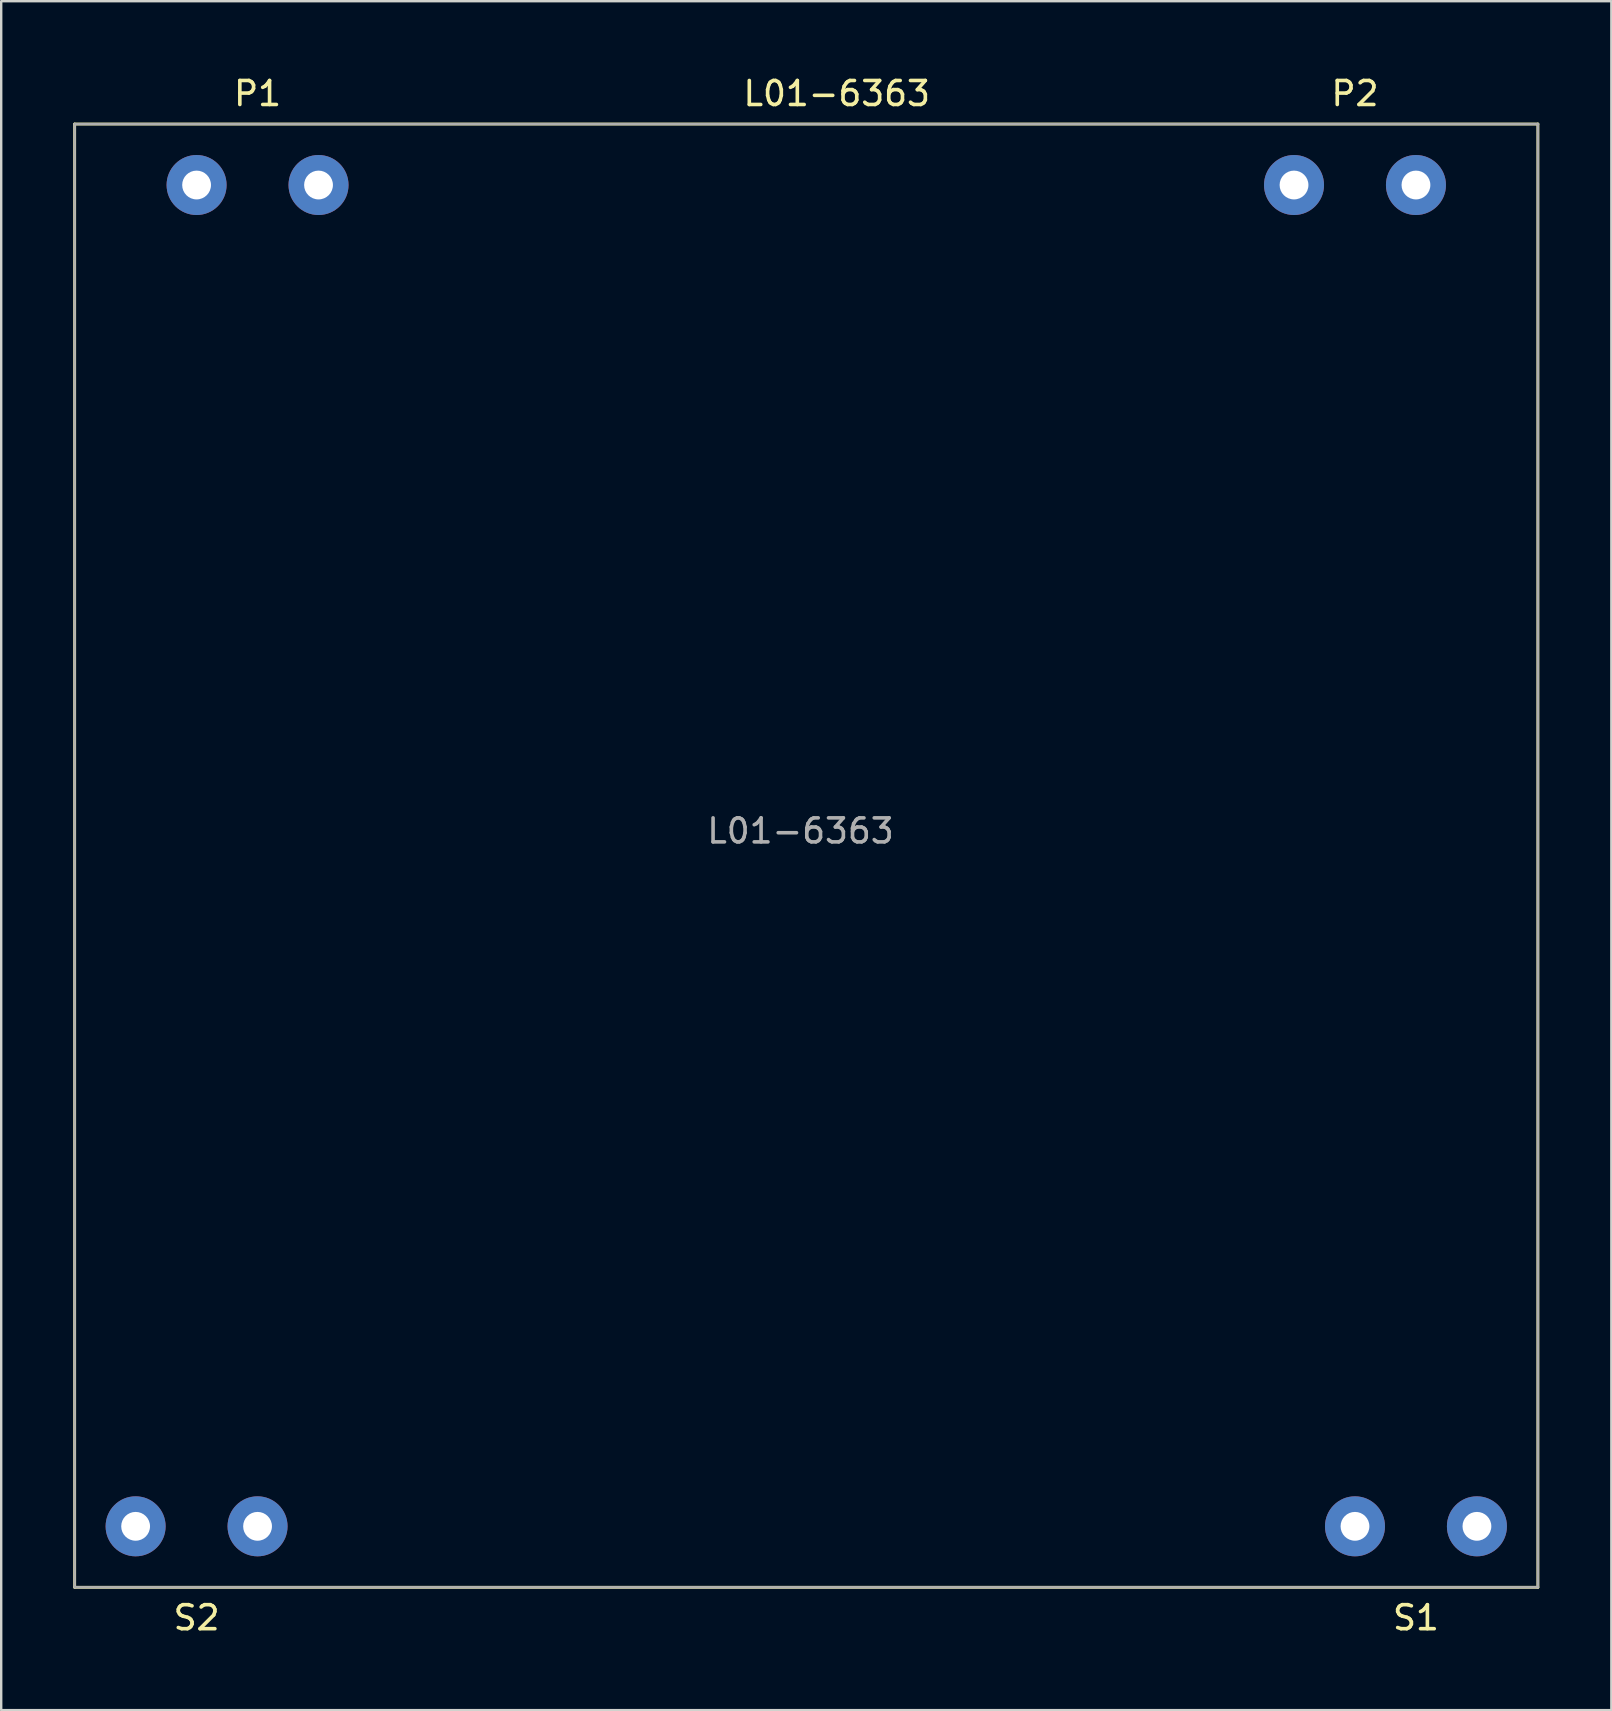
<source format=kicad_pcb>
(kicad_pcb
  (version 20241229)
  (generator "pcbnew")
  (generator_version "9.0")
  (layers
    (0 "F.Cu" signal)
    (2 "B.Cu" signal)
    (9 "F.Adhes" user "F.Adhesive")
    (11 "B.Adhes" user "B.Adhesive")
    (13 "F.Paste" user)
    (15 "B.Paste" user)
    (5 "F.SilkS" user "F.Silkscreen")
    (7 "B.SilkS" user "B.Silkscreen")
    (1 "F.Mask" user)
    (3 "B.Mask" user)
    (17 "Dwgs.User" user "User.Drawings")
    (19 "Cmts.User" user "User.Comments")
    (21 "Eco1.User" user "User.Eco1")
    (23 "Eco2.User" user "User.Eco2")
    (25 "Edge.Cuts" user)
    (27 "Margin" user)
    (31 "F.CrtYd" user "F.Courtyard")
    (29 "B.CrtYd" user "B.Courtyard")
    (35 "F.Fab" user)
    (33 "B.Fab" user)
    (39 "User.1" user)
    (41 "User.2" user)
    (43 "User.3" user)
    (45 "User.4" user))
  (footprint "L01-6363"
    (layer "F.Cu")
    (at 30.54 32.598)
    (property "Reference" "L01-6363" (at 1.27 -31.75 0) (layer "F.SilkS") (effects (font (size 1 1) (thickness 0.15))))
    (attr through_hole)
    (fp_line (start -30.48 -30.48) (end -30.48 30.48) (stroke (width 0.12) (type solid)) (layer "F.SilkS"))
    (fp_line (start -30.48 30.48) (end 30.48 30.48) (stroke (width 0.12) (type solid)) (layer "F.SilkS"))
    (fp_line (start 30.48 -30.48) (end -30.48 -30.48) (stroke (width 0.12) (type solid)) (layer "F.SilkS"))
    (fp_line (start 30.48 30.48) (end 30.48 -30.48) (stroke (width 0.12) (type solid)) (layer "F.SilkS"))
    (fp_line (start -30.48 -30.48) (end -30.48 30.48) (stroke (width 0.1) (type solid)) (layer "F.Fab"))
    (fp_line (start -30.48 30.48) (end 30.48 30.48) (stroke (width 0.1) (type solid)) (layer "F.Fab"))
    (fp_line (start 30.48 -30.48) (end -30.48 -30.48) (stroke (width 0.1) (type solid)) (layer "F.Fab"))
    (fp_line (start 30.48 30.48) (end 30.48 -30.48) (stroke (width 0.1) (type solid)) (layer "F.Fab"))
    (fp_text user "S1" (at 25.4 31.75 0) (layer "F.SilkS") (effects (font (size 1 1) (thickness 0.15))))
    (fp_text user "P2" (at 22.86 -31.75 0) (layer "F.SilkS") (effects (font (size 1 1) (thickness 0.15))))
    (fp_text user "S2" (at -25.4 31.75 0) (layer "F.SilkS") (effects (font (size 1 1) (thickness 0.15))))
    (fp_text user "P1" (at -22.86 -31.75 0) (layer "F.SilkS") (effects (font (size 1 1) (thickness 0.15))))
    (fp_text user "${REFERENCE}" (at -0.24 -1.03 0) (layer "F.Fab") (effects (font (size 1 1) (thickness 0.15))))
    (pad "1" thru_hole circle (at -25.4 -27.94) (size 2.5 2.5) (drill 1.2) (layers "*.Cu" "*.Mask"))
    (pad "2" thru_hole circle (at -20.32 -27.94) (size 2.5 2.5) (drill 1.2) (layers "*.Cu" "*.Mask"))
    (pad "3" thru_hole circle (at 20.32 -27.94) (size 2.5 2.5) (drill 1.2) (layers "*.Cu" "*.Mask"))
    (pad "4" thru_hole circle (at 25.4 -27.94) (size 2.5 2.5) (drill 1.2) (layers "*.Cu" "*.Mask"))
    (pad "5" thru_hole circle (at 27.94 27.94) (size 2.5 2.5) (drill 1.2) (layers "*.Cu" "*.Mask"))
    (pad "6" thru_hole circle (at 22.86 27.94) (size 2.5 2.5) (drill 1.2) (layers "*.Cu" "*.Mask"))
    (pad "7" thru_hole circle (at -22.86 27.94) (size 2.5 2.5) (drill 1.2) (layers "*.Cu" "*.Mask"))
    (pad "8" thru_hole circle (at -27.94 27.94) (size 2.5 2.5) (drill 1.2) (layers "*.Cu" "*.Mask")))
  (gr_rect
    (start -3 -3)
    (end 64.08 68.197)
    (stroke (width 0.1) (type default))
    (fill no)
    (layer "Edge.Cuts")))
</source>
